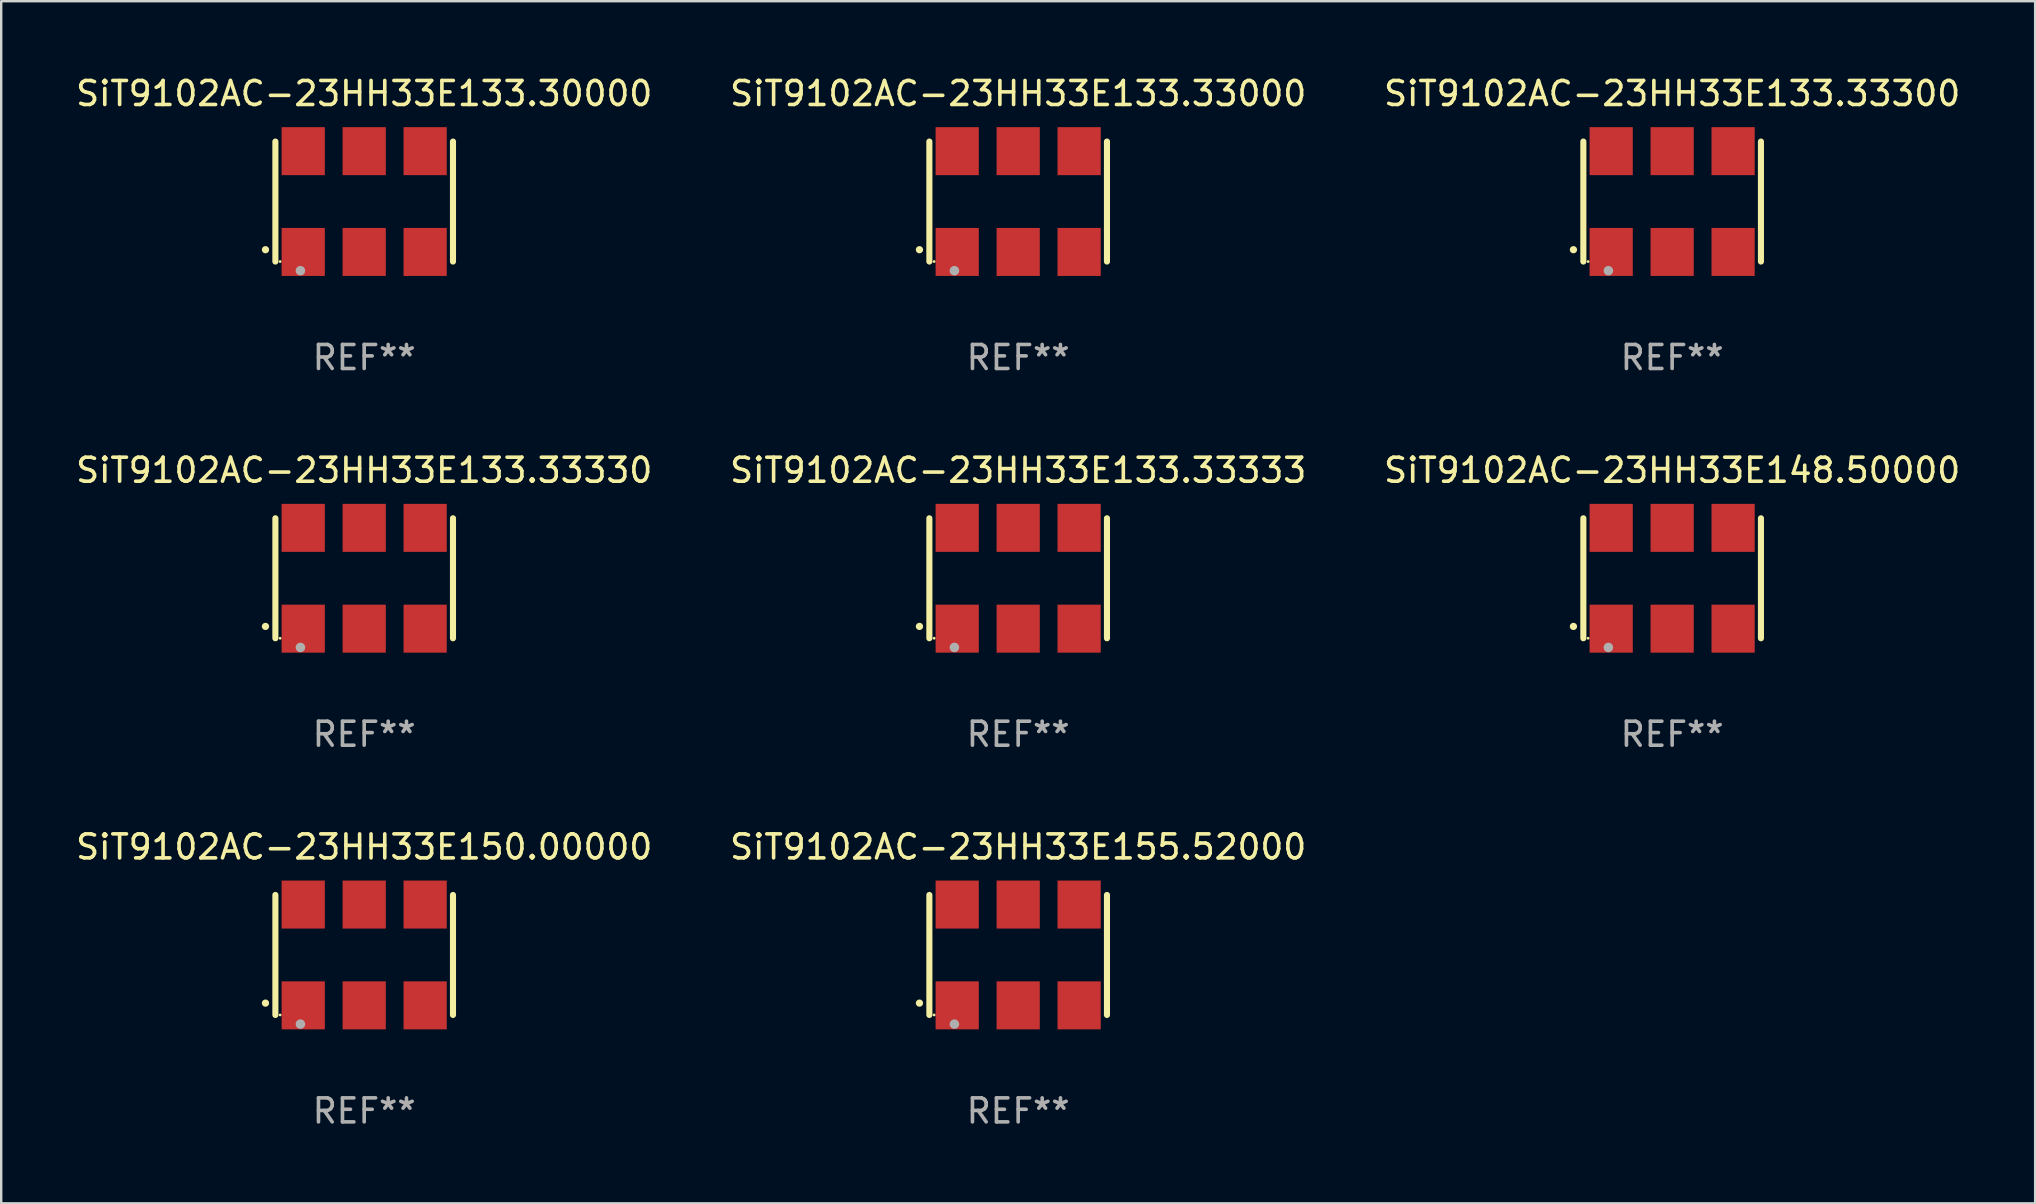
<source format=kicad_pcb>
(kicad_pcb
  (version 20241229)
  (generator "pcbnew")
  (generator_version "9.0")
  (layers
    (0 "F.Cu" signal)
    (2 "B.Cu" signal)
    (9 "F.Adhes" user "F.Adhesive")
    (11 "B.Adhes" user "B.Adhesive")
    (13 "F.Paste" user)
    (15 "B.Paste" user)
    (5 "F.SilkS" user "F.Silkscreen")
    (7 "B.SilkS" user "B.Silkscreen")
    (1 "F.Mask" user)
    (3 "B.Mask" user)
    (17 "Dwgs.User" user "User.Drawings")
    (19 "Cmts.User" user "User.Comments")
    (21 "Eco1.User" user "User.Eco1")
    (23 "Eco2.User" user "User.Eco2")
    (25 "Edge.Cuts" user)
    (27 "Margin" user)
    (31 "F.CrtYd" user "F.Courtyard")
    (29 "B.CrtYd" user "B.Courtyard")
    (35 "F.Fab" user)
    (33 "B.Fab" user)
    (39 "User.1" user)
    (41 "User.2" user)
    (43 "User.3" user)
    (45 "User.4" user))
  (footprint "SiT9102AC-23HH33E155.52000"
    (layer "F.Cu")
    (at 39.375 36.741)
    (property "Reference" "SiT9102AC-23HH33E155.52000" (at 0 -4.5 0) (layer "F.SilkS") (effects (font (size 1 1) (thickness 0.15))))
    (attr through_hole)
    (fp_line (start -3.7 -2.5) (end -3.7 2.5) (stroke (width 0.254) (type solid)) (layer "F.SilkS"))
    (fp_line (start 3.7 -2.5) (end 3.7 2.5) (stroke (width 0.254) (type solid)) (layer "F.SilkS"))
    (fp_arc (start -4.114415 2.006604) (mid -4.113145 2.006599) (end -4.111875 2.006604) (stroke (width 0.3) (type solid)) (layer "F.SilkS"))
    (fp_circle (center -3.502 2.5) (end -3.472 2.5) (stroke (width 0.06) (type solid)) (fill no) (layer "F.SilkS"))
    (fp_circle (center -2.657 2.882) (end -2.557 2.882) (stroke (width 0.2) (type solid)) (fill no) (layer "F.Fab"))
    (fp_text user "REF**" (at 0 6.5 0) (layer "F.Fab") (effects (font (size 1 1) (thickness 0.15))))
    (pad "1" smd rect (at -2.54 2.1) (size 1.8 2) (layers "F.Cu" "F.Mask" "F.Paste"))
    (pad "2" smd rect (at 0.000394 2.1) (size 1.8 2) (layers "F.Cu" "F.Mask" "F.Paste"))
    (pad "3" smd rect (at 2.54 2.1) (size 1.8 2) (layers "F.Cu" "F.Mask" "F.Paste"))
    (pad "4" smd rect (at 2.54 -2.1) (size 1.8 2) (layers "F.Cu" "F.Mask" "F.Paste"))
    (pad "5" smd rect (at 0.000394 -2.1) (size 1.8 2) (layers "F.Cu" "F.Mask" "F.Paste"))
    (pad "6" smd rect (at -2.54 -2.1) (size 1.8 2) (layers "F.Cu" "F.Mask" "F.Paste")))
  (footprint "SiT9102AC-23HH33E133.33300"
    (layer "F.Cu")
    (at 66.625 5.348)
    (property "Reference" "SiT9102AC-23HH33E133.33300" (at 0 -4.5 0) (layer "F.SilkS") (effects (font (size 1 1) (thickness 0.15))))
    (attr through_hole)
    (fp_line (start -3.7 -2.5) (end -3.7 2.5) (stroke (width 0.254) (type solid)) (layer "F.SilkS"))
    (fp_line (start 3.7 -2.5) (end 3.7 2.5) (stroke (width 0.254) (type solid)) (layer "F.SilkS"))
    (fp_arc (start -4.114415 2.006604) (mid -4.113145 2.006599) (end -4.111875 2.006604) (stroke (width 0.3) (type solid)) (layer "F.SilkS"))
    (fp_circle (center -3.502 2.5) (end -3.472 2.5) (stroke (width 0.06) (type solid)) (fill no) (layer "F.SilkS"))
    (fp_circle (center -2.657 2.882) (end -2.557 2.882) (stroke (width 0.2) (type solid)) (fill no) (layer "F.Fab"))
    (fp_text user "REF**" (at 0 6.5 0) (layer "F.Fab") (effects (font (size 1 1) (thickness 0.15))))
    (pad "1" smd rect (at -2.54 2.1) (size 1.8 2) (layers "F.Cu" "F.Mask" "F.Paste"))
    (pad "2" smd rect (at 0.000394 2.1) (size 1.8 2) (layers "F.Cu" "F.Mask" "F.Paste"))
    (pad "3" smd rect (at 2.54 2.1) (size 1.8 2) (layers "F.Cu" "F.Mask" "F.Paste"))
    (pad "4" smd rect (at 2.54 -2.1) (size 1.8 2) (layers "F.Cu" "F.Mask" "F.Paste"))
    (pad "5" smd rect (at 0.000394 -2.1) (size 1.8 2) (layers "F.Cu" "F.Mask" "F.Paste"))
    (pad "6" smd rect (at -2.54 -2.1) (size 1.8 2) (layers "F.Cu" "F.Mask" "F.Paste")))
  (footprint "SiT9102AC-23HH33E148.50000"
    (layer "F.Cu")
    (at 66.625 21.045)
    (property "Reference" "SiT9102AC-23HH33E148.50000" (at 0 -4.5 0) (layer "F.SilkS") (effects (font (size 1 1) (thickness 0.15))))
    (attr through_hole)
    (fp_line (start -3.7 -2.5) (end -3.7 2.5) (stroke (width 0.254) (type solid)) (layer "F.SilkS"))
    (fp_line (start 3.7 -2.5) (end 3.7 2.5) (stroke (width 0.254) (type solid)) (layer "F.SilkS"))
    (fp_arc (start -4.114415 2.006604) (mid -4.113145 2.006599) (end -4.111875 2.006604) (stroke (width 0.3) (type solid)) (layer "F.SilkS"))
    (fp_circle (center -3.502 2.5) (end -3.472 2.5) (stroke (width 0.06) (type solid)) (fill no) (layer "F.SilkS"))
    (fp_circle (center -2.657 2.882) (end -2.557 2.882) (stroke (width 0.2) (type solid)) (fill no) (layer "F.Fab"))
    (fp_text user "REF**" (at 0 6.5 0) (layer "F.Fab") (effects (font (size 1 1) (thickness 0.15))))
    (pad "1" smd rect (at -2.54 2.1) (size 1.8 2) (layers "F.Cu" "F.Mask" "F.Paste"))
    (pad "2" smd rect (at 0.000394 2.1) (size 1.8 2) (layers "F.Cu" "F.Mask" "F.Paste"))
    (pad "3" smd rect (at 2.54 2.1) (size 1.8 2) (layers "F.Cu" "F.Mask" "F.Paste"))
    (pad "4" smd rect (at 2.54 -2.1) (size 1.8 2) (layers "F.Cu" "F.Mask" "F.Paste"))
    (pad "5" smd rect (at 0.000394 -2.1) (size 1.8 2) (layers "F.Cu" "F.Mask" "F.Paste"))
    (pad "6" smd rect (at -2.54 -2.1) (size 1.8 2) (layers "F.Cu" "F.Mask" "F.Paste")))
  (footprint "SiT9102AC-23HH33E133.33333"
    (layer "F.Cu")
    (at 39.375 21.045)
    (property "Reference" "SiT9102AC-23HH33E133.33333" (at 0 -4.5 0) (layer "F.SilkS") (effects (font (size 1 1) (thickness 0.15))))
    (attr through_hole)
    (fp_line (start -3.7 -2.5) (end -3.7 2.5) (stroke (width 0.254) (type solid)) (layer "F.SilkS"))
    (fp_line (start 3.7 -2.5) (end 3.7 2.5) (stroke (width 0.254) (type solid)) (layer "F.SilkS"))
    (fp_arc (start -4.114415 2.006604) (mid -4.113145 2.006599) (end -4.111875 2.006604) (stroke (width 0.3) (type solid)) (layer "F.SilkS"))
    (fp_circle (center -3.502 2.5) (end -3.472 2.5) (stroke (width 0.06) (type solid)) (fill no) (layer "F.SilkS"))
    (fp_circle (center -2.657 2.882) (end -2.557 2.882) (stroke (width 0.2) (type solid)) (fill no) (layer "F.Fab"))
    (fp_text user "REF**" (at 0 6.5 0) (layer "F.Fab") (effects (font (size 1 1) (thickness 0.15))))
    (pad "1" smd rect (at -2.54 2.1) (size 1.8 2) (layers "F.Cu" "F.Mask" "F.Paste"))
    (pad "2" smd rect (at 0.000394 2.1) (size 1.8 2) (layers "F.Cu" "F.Mask" "F.Paste"))
    (pad "3" smd rect (at 2.54 2.1) (size 1.8 2) (layers "F.Cu" "F.Mask" "F.Paste"))
    (pad "4" smd rect (at 2.54 -2.1) (size 1.8 2) (layers "F.Cu" "F.Mask" "F.Paste"))
    (pad "5" smd rect (at 0.000394 -2.1) (size 1.8 2) (layers "F.Cu" "F.Mask" "F.Paste"))
    (pad "6" smd rect (at -2.54 -2.1) (size 1.8 2) (layers "F.Cu" "F.Mask" "F.Paste")))
  (footprint "SiT9102AC-23HH33E133.33000"
    (layer "F.Cu")
    (at 39.375 5.348)
    (property "Reference" "SiT9102AC-23HH33E133.33000" (at 0 -4.5 0) (layer "F.SilkS") (effects (font (size 1 1) (thickness 0.15))))
    (attr through_hole)
    (fp_line (start -3.7 -2.5) (end -3.7 2.5) (stroke (width 0.254) (type solid)) (layer "F.SilkS"))
    (fp_line (start 3.7 -2.5) (end 3.7 2.5) (stroke (width 0.254) (type solid)) (layer "F.SilkS"))
    (fp_arc (start -4.114415 2.006604) (mid -4.113145 2.006599) (end -4.111875 2.006604) (stroke (width 0.3) (type solid)) (layer "F.SilkS"))
    (fp_circle (center -3.502 2.5) (end -3.472 2.5) (stroke (width 0.06) (type solid)) (fill no) (layer "F.SilkS"))
    (fp_circle (center -2.657 2.882) (end -2.557 2.882) (stroke (width 0.2) (type solid)) (fill no) (layer "F.Fab"))
    (fp_text user "REF**" (at 0 6.5 0) (layer "F.Fab") (effects (font (size 1 1) (thickness 0.15))))
    (pad "1" smd rect (at -2.54 2.1) (size 1.8 2) (layers "F.Cu" "F.Mask" "F.Paste"))
    (pad "2" smd rect (at 0.000394 2.1) (size 1.8 2) (layers "F.Cu" "F.Mask" "F.Paste"))
    (pad "3" smd rect (at 2.54 2.1) (size 1.8 2) (layers "F.Cu" "F.Mask" "F.Paste"))
    (pad "4" smd rect (at 2.54 -2.1) (size 1.8 2) (layers "F.Cu" "F.Mask" "F.Paste"))
    (pad "5" smd rect (at 0.000394 -2.1) (size 1.8 2) (layers "F.Cu" "F.Mask" "F.Paste"))
    (pad "6" smd rect (at -2.54 -2.1) (size 1.8 2) (layers "F.Cu" "F.Mask" "F.Paste")))
  (footprint "SiT9102AC-23HH33E133.30000"
    (layer "F.Cu")
    (at 12.125 5.348)
    (property "Reference" "SiT9102AC-23HH33E133.30000" (at 0 -4.5 0) (layer "F.SilkS") (effects (font (size 1 1) (thickness 0.15))))
    (attr through_hole)
    (fp_line (start -3.7 -2.5) (end -3.7 2.5) (stroke (width 0.254) (type solid)) (layer "F.SilkS"))
    (fp_line (start 3.7 -2.5) (end 3.7 2.5) (stroke (width 0.254) (type solid)) (layer "F.SilkS"))
    (fp_arc (start -4.114415 2.006604) (mid -4.113145 2.006599) (end -4.111875 2.006604) (stroke (width 0.3) (type solid)) (layer "F.SilkS"))
    (fp_circle (center -3.502 2.5) (end -3.472 2.5) (stroke (width 0.06) (type solid)) (fill no) (layer "F.SilkS"))
    (fp_circle (center -2.657 2.882) (end -2.557 2.882) (stroke (width 0.2) (type solid)) (fill no) (layer "F.Fab"))
    (fp_text user "REF**" (at 0 6.5 0) (layer "F.Fab") (effects (font (size 1 1) (thickness 0.15))))
    (pad "1" smd rect (at -2.54 2.1) (size 1.8 2) (layers "F.Cu" "F.Mask" "F.Paste"))
    (pad "2" smd rect (at 0.000394 2.1) (size 1.8 2) (layers "F.Cu" "F.Mask" "F.Paste"))
    (pad "3" smd rect (at 2.54 2.1) (size 1.8 2) (layers "F.Cu" "F.Mask" "F.Paste"))
    (pad "4" smd rect (at 2.54 -2.1) (size 1.8 2) (layers "F.Cu" "F.Mask" "F.Paste"))
    (pad "5" smd rect (at 0.000394 -2.1) (size 1.8 2) (layers "F.Cu" "F.Mask" "F.Paste"))
    (pad "6" smd rect (at -2.54 -2.1) (size 1.8 2) (layers "F.Cu" "F.Mask" "F.Paste")))
  (footprint "SiT9102AC-23HH33E150.00000"
    (layer "F.Cu")
    (at 12.125 36.741)
    (property "Reference" "SiT9102AC-23HH33E150.00000" (at 0 -4.5 0) (layer "F.SilkS") (effects (font (size 1 1) (thickness 0.15))))
    (attr through_hole)
    (fp_line (start -3.7 -2.5) (end -3.7 2.5) (stroke (width 0.254) (type solid)) (layer "F.SilkS"))
    (fp_line (start 3.7 -2.5) (end 3.7 2.5) (stroke (width 0.254) (type solid)) (layer "F.SilkS"))
    (fp_arc (start -4.114415 2.006604) (mid -4.113145 2.006599) (end -4.111875 2.006604) (stroke (width 0.3) (type solid)) (layer "F.SilkS"))
    (fp_circle (center -3.502 2.5) (end -3.472 2.5) (stroke (width 0.06) (type solid)) (fill no) (layer "F.SilkS"))
    (fp_circle (center -2.657 2.882) (end -2.557 2.882) (stroke (width 0.2) (type solid)) (fill no) (layer "F.Fab"))
    (fp_text user "REF**" (at 0 6.5 0) (layer "F.Fab") (effects (font (size 1 1) (thickness 0.15))))
    (pad "1" smd rect (at -2.54 2.1) (size 1.8 2) (layers "F.Cu" "F.Mask" "F.Paste"))
    (pad "2" smd rect (at 0.000394 2.1) (size 1.8 2) (layers "F.Cu" "F.Mask" "F.Paste"))
    (pad "3" smd rect (at 2.54 2.1) (size 1.8 2) (layers "F.Cu" "F.Mask" "F.Paste"))
    (pad "4" smd rect (at 2.54 -2.1) (size 1.8 2) (layers "F.Cu" "F.Mask" "F.Paste"))
    (pad "5" smd rect (at 0.000394 -2.1) (size 1.8 2) (layers "F.Cu" "F.Mask" "F.Paste"))
    (pad "6" smd rect (at -2.54 -2.1) (size 1.8 2) (layers "F.Cu" "F.Mask" "F.Paste")))
  (footprint "SiT9102AC-23HH33E133.33330"
    (layer "F.Cu")
    (at 12.125 21.045)
    (property "Reference" "SiT9102AC-23HH33E133.33330" (at 0 -4.5 0) (layer "F.SilkS") (effects (font (size 1 1) (thickness 0.15))))
    (attr through_hole)
    (fp_line (start -3.7 -2.5) (end -3.7 2.5) (stroke (width 0.254) (type solid)) (layer "F.SilkS"))
    (fp_line (start 3.7 -2.5) (end 3.7 2.5) (stroke (width 0.254) (type solid)) (layer "F.SilkS"))
    (fp_arc (start -4.114415 2.006604) (mid -4.113145 2.006599) (end -4.111875 2.006604) (stroke (width 0.3) (type solid)) (layer "F.SilkS"))
    (fp_circle (center -3.502 2.5) (end -3.472 2.5) (stroke (width 0.06) (type solid)) (fill no) (layer "F.SilkS"))
    (fp_circle (center -2.657 2.882) (end -2.557 2.882) (stroke (width 0.2) (type solid)) (fill no) (layer "F.Fab"))
    (fp_text user "REF**" (at 0 6.5 0) (layer "F.Fab") (effects (font (size 1 1) (thickness 0.15))))
    (pad "1" smd rect (at -2.54 2.1) (size 1.8 2) (layers "F.Cu" "F.Mask" "F.Paste"))
    (pad "2" smd rect (at 0.000394 2.1) (size 1.8 2) (layers "F.Cu" "F.Mask" "F.Paste"))
    (pad "3" smd rect (at 2.54 2.1) (size 1.8 2) (layers "F.Cu" "F.Mask" "F.Paste"))
    (pad "4" smd rect (at 2.54 -2.1) (size 1.8 2) (layers "F.Cu" "F.Mask" "F.Paste"))
    (pad "5" smd rect (at 0.000394 -2.1) (size 1.8 2) (layers "F.Cu" "F.Mask" "F.Paste"))
    (pad "6" smd rect (at -2.54 -2.1) (size 1.8 2) (layers "F.Cu" "F.Mask" "F.Paste")))
  (gr_rect
    (start -3 -3)
    (end 81.75 47.09)
    (stroke (width 0.1) (type default))
    (fill no)
    (layer "Edge.Cuts")))
</source>
